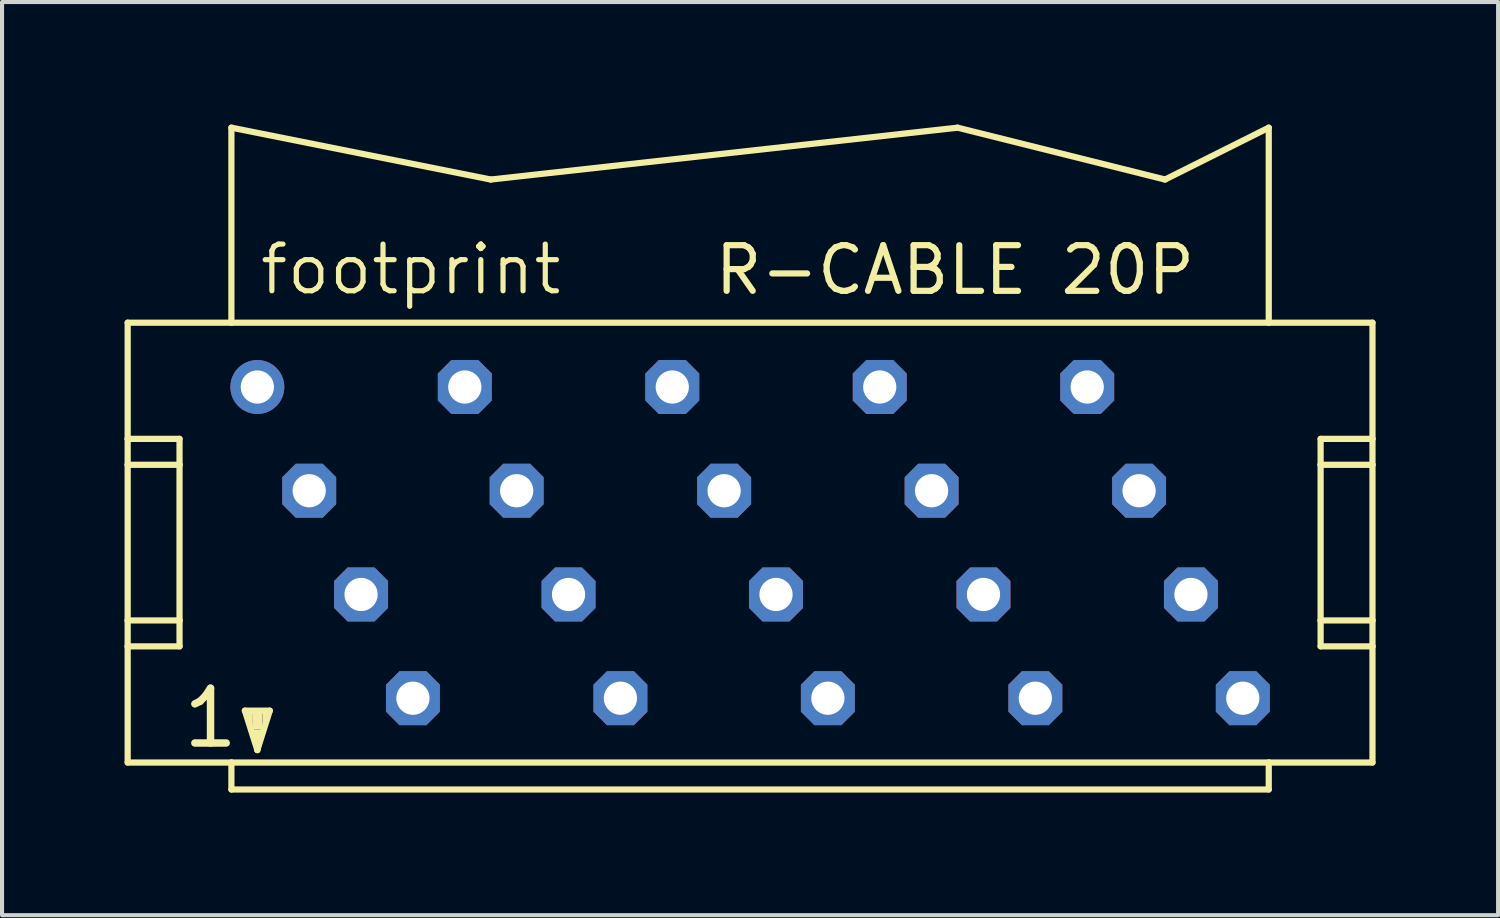
<source format=kicad_pcb>
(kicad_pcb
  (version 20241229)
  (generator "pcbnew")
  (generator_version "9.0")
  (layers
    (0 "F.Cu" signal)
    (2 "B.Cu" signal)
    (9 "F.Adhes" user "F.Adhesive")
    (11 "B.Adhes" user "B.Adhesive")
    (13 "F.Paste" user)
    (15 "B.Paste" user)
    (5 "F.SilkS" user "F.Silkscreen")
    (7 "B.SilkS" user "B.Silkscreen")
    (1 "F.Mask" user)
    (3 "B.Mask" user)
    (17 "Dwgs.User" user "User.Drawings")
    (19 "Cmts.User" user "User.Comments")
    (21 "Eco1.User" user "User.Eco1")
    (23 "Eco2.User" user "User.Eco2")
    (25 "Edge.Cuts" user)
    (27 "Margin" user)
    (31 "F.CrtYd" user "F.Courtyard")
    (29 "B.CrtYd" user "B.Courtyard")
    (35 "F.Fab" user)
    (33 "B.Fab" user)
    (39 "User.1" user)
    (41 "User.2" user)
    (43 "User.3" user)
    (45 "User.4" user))
  (footprint "footprint"
    (layer "F.Cu")
    (at 15.316 10.236)
    (property "Reference" "footprint" (at -12.065 -6.02 0) (layer "F.SilkS") (effects (font (size 1.143 1.143) (thickness 0.127)) (justify left bottom)))
    (fp_line (start -15.24 -5.385) (end -15.24 -2.54) (stroke (width 0.152) (type solid)) (layer "F.SilkS"))
    (fp_line (start -15.24 -2.54) (end -15.24 -1.905) (stroke (width 0.152) (type solid)) (layer "F.SilkS"))
    (fp_line (start -15.24 -2.54) (end -13.97 -2.54) (stroke (width 0.152) (type solid)) (layer "F.SilkS"))
    (fp_line (start -15.24 -1.905) (end -15.24 1.905) (stroke (width 0.152) (type solid)) (layer "F.SilkS"))
    (fp_line (start -15.24 -1.905) (end -13.97 -1.905) (stroke (width 0.152) (type solid)) (layer "F.SilkS"))
    (fp_line (start -15.24 1.905) (end -15.24 2.54) (stroke (width 0.152) (type solid)) (layer "F.SilkS"))
    (fp_line (start -15.24 1.905) (end -13.97 1.905) (stroke (width 0.152) (type solid)) (layer "F.SilkS"))
    (fp_line (start -15.24 2.54) (end -15.24 5.385) (stroke (width 0.152) (type solid)) (layer "F.SilkS"))
    (fp_line (start -15.24 5.385) (end -12.7 5.385) (stroke (width 0.152) (type solid)) (layer "F.SilkS"))
    (fp_line (start -13.97 -2.54) (end -13.97 -1.905) (stroke (width 0.152) (type solid)) (layer "F.SilkS"))
    (fp_line (start -13.97 -1.905) (end -13.97 1.905) (stroke (width 0.152) (type solid)) (layer "F.SilkS"))
    (fp_line (start -13.97 1.905) (end -13.97 2.54) (stroke (width 0.152) (type solid)) (layer "F.SilkS"))
    (fp_line (start -13.97 2.54) (end -15.24 2.54) (stroke (width 0.152) (type solid)) (layer "F.SilkS"))
    (fp_line (start -12.7 -5.385) (end -15.24 -5.385) (stroke (width 0.152) (type solid)) (layer "F.SilkS"))
    (fp_line (start -12.7 -5.385) (end -12.7 -10.16) (stroke (width 0.152) (type solid)) (layer "F.SilkS"))
    (fp_line (start -12.7 5.385) (end 12.7 5.385) (stroke (width 0.152) (type solid)) (layer "F.SilkS"))
    (fp_line (start -12.7 6.045) (end -12.7 5.385) (stroke (width 0.152) (type solid)) (layer "F.SilkS"))
    (fp_line (start -12.37 4.115) (end -11.76 4.115) (stroke (width 0.152) (type solid)) (layer "F.SilkS"))
    (fp_line (start -12.065 5.08) (end -12.37 4.115) (stroke (width 0.152) (type solid)) (layer "F.SilkS"))
    (fp_line (start -12.065 5.08) (end -12.065 4.826) (stroke (width 0.152) (type solid)) (layer "F.SilkS"))
    (fp_line (start -11.76 4.115) (end -12.065 5.08) (stroke (width 0.152) (type solid)) (layer "F.SilkS"))
    (fp_line (start -6.35 -8.89) (end -12.7 -10.16) (stroke (width 0.152) (type solid)) (layer "F.SilkS"))
    (fp_line (start -6.35 -8.89) (end 5.08 -10.16) (stroke (width 0.152) (type solid)) (layer "F.SilkS"))
    (fp_line (start 10.16 -8.89) (end 5.08 -10.16) (stroke (width 0.152) (type solid)) (layer "F.SilkS"))
    (fp_line (start 10.16 -8.89) (end 12.7 -10.16) (stroke (width 0.152) (type solid)) (layer "F.SilkS"))
    (fp_line (start 12.7 -10.16) (end 12.7 -5.385) (stroke (width 0.152) (type solid)) (layer "F.SilkS"))
    (fp_line (start 12.7 -5.385) (end -12.7 -5.385) (stroke (width 0.152) (type solid)) (layer "F.SilkS"))
    (fp_line (start 12.7 5.385) (end 12.7 6.045) (stroke (width 0.152) (type solid)) (layer "F.SilkS"))
    (fp_line (start 12.7 5.385) (end 15.24 5.385) (stroke (width 0.152) (type solid)) (layer "F.SilkS"))
    (fp_line (start 12.7 6.045) (end -12.7 6.045) (stroke (width 0.152) (type solid)) (layer "F.SilkS"))
    (fp_line (start 13.97 -2.54) (end 13.97 -1.905) (stroke (width 0.152) (type solid)) (layer "F.SilkS"))
    (fp_line (start 13.97 -2.54) (end 15.24 -2.54) (stroke (width 0.152) (type solid)) (layer "F.SilkS"))
    (fp_line (start 13.97 -1.905) (end 13.97 1.905) (stroke (width 0.152) (type solid)) (layer "F.SilkS"))
    (fp_line (start 13.97 -1.905) (end 15.24 -1.905) (stroke (width 0.152) (type solid)) (layer "F.SilkS"))
    (fp_line (start 13.97 1.905) (end 13.97 2.54) (stroke (width 0.152) (type solid)) (layer "F.SilkS"))
    (fp_line (start 13.97 1.905) (end 15.24 1.905) (stroke (width 0.152) (type solid)) (layer "F.SilkS"))
    (fp_line (start 15.24 -5.385) (end 12.7 -5.385) (stroke (width 0.152) (type solid)) (layer "F.SilkS"))
    (fp_line (start 15.24 -2.54) (end 15.24 -5.385) (stroke (width 0.152) (type solid)) (layer "F.SilkS"))
    (fp_line (start 15.24 -1.905) (end 15.24 -2.54) (stroke (width 0.152) (type solid)) (layer "F.SilkS"))
    (fp_line (start 15.24 1.905) (end 15.24 -1.905) (stroke (width 0.152) (type solid)) (layer "F.SilkS"))
    (fp_line (start 15.24 2.54) (end 13.97 2.54) (stroke (width 0.152) (type solid)) (layer "F.SilkS"))
    (fp_line (start 15.24 2.54) (end 15.24 1.905) (stroke (width 0.152) (type solid)) (layer "F.SilkS"))
    (fp_line (start 15.24 5.385) (end 15.24 2.54) (stroke (width 0.152) (type solid)) (layer "F.SilkS"))
    (fp_poly (pts (xy -12.319 4.445) (xy -12.192 4.445) (xy -12.192 4.064) (xy -12.319 4.064)) (stroke (width 0) (type solid)) (fill yes) (layer "F.SilkS"))
    (fp_poly (pts (xy -12.192 4.572) (xy -11.938 4.572) (xy -11.938 4.064) (xy -12.192 4.064)) (stroke (width 0) (type solid)) (fill yes) (layer "F.SilkS"))
    (fp_poly (pts (xy -12.192 4.826) (xy -11.938 4.826) (xy -11.938 4.572) (xy -12.192 4.572)) (stroke (width 0) (type solid)) (fill yes) (layer "F.SilkS"))
    (fp_poly (pts (xy -11.938 4.445) (xy -11.811 4.445) (xy -11.811 4.064) (xy -11.938 4.064)) (stroke (width 0) (type solid)) (fill yes) (layer "F.SilkS"))
    (fp_text user "1" (at -13.97 5.08 0) (layer "F.SilkS") (effects (font (size 1.341 1.341) (thickness 0.183)) (justify left bottom)))
    (fp_text user "R-CABLE 20P" (at -0.94 -6.02 0) (layer "F.SilkS") (effects (font (size 1.118 1.118) (thickness 0.152)) (justify left bottom)))
    (pad "1" thru_hole circle (at -12.065 -3.81) (size 1.321 1.321) (drill 0.813) (layers "*.Cu" "*.Mask"))
    (pad "2" thru_hole roundrect (at -10.795 -1.27) (size 1.321 1.321) (drill 0.813) (layers "*.Cu" "*.Mask") (roundrect_rratio 0.25) (chamfer_ratio 0.25) (chamfer top_left top_right bottom_left bottom_right))
    (pad "3" thru_hole roundrect (at -9.525 1.27) (size 1.321 1.321) (drill 0.813) (layers "*.Cu" "*.Mask") (roundrect_rratio 0.25) (chamfer_ratio 0.25) (chamfer top_left top_right bottom_left bottom_right))
    (pad "4" thru_hole roundrect (at -8.255 3.81) (size 1.321 1.321) (drill 0.813) (layers "*.Cu" "*.Mask") (roundrect_rratio 0.25) (chamfer_ratio 0.25) (chamfer top_left top_right bottom_left bottom_right))
    (pad "5" thru_hole roundrect (at -6.985 -3.81) (size 1.321 1.321) (drill 0.813) (layers "*.Cu" "*.Mask") (roundrect_rratio 0.25) (chamfer_ratio 0.25) (chamfer top_left top_right bottom_left bottom_right))
    (pad "6" thru_hole roundrect (at -5.715 -1.27) (size 1.321 1.321) (drill 0.813) (layers "*.Cu" "*.Mask") (roundrect_rratio 0.25) (chamfer_ratio 0.25) (chamfer top_left top_right bottom_left bottom_right))
    (pad "7" thru_hole roundrect (at -4.445 1.27) (size 1.321 1.321) (drill 0.813) (layers "*.Cu" "*.Mask") (roundrect_rratio 0.25) (chamfer_ratio 0.25) (chamfer top_left top_right bottom_left bottom_right))
    (pad "8" thru_hole roundrect (at -3.175 3.81) (size 1.321 1.321) (drill 0.813) (layers "*.Cu" "*.Mask") (roundrect_rratio 0.25) (chamfer_ratio 0.25) (chamfer top_left top_right bottom_left bottom_right))
    (pad "9" thru_hole roundrect (at -1.905 -3.81) (size 1.321 1.321) (drill 0.813) (layers "*.Cu" "*.Mask") (roundrect_rratio 0.25) (chamfer_ratio 0.25) (chamfer top_left top_right bottom_left bottom_right))
    (pad "10" thru_hole roundrect (at -0.635 -1.27) (size 1.321 1.321) (drill 0.813) (layers "*.Cu" "*.Mask") (roundrect_rratio 0.25) (chamfer_ratio 0.25) (chamfer top_left top_right bottom_left bottom_right))
    (pad "11" thru_hole roundrect (at 0.635 1.27) (size 1.321 1.321) (drill 0.813) (layers "*.Cu" "*.Mask") (roundrect_rratio 0.25) (chamfer_ratio 0.25) (chamfer top_left top_right bottom_left bottom_right))
    (pad "12" thru_hole roundrect (at 1.905 3.81) (size 1.321 1.321) (drill 0.813) (layers "*.Cu" "*.Mask") (roundrect_rratio 0.25) (chamfer_ratio 0.25) (chamfer top_left top_right bottom_left bottom_right))
    (pad "13" thru_hole roundrect (at 3.175 -3.81) (size 1.321 1.321) (drill 0.813) (layers "*.Cu" "*.Mask") (roundrect_rratio 0.25) (chamfer_ratio 0.25) (chamfer top_left top_right bottom_left bottom_right))
    (pad "14" thru_hole roundrect (at 4.445 -1.27) (size 1.321 1.321) (drill 0.813) (layers "*.Cu" "*.Mask") (roundrect_rratio 0.25) (chamfer_ratio 0.25) (chamfer top_left top_right bottom_left bottom_right))
    (pad "15" thru_hole roundrect (at 5.715 1.27) (size 1.321 1.321) (drill 0.813) (layers "*.Cu" "*.Mask") (roundrect_rratio 0.25) (chamfer_ratio 0.25) (chamfer top_left top_right bottom_left bottom_right))
    (pad "16" thru_hole roundrect (at 6.985 3.81) (size 1.321 1.321) (drill 0.813) (layers "*.Cu" "*.Mask") (roundrect_rratio 0.25) (chamfer_ratio 0.25) (chamfer top_left top_right bottom_left bottom_right))
    (pad "17" thru_hole roundrect (at 8.255 -3.81) (size 1.321 1.321) (drill 0.813) (layers "*.Cu" "*.Mask") (roundrect_rratio 0.25) (chamfer_ratio 0.25) (chamfer top_left top_right bottom_left bottom_right))
    (pad "18" thru_hole roundrect (at 9.525 -1.27) (size 1.321 1.321) (drill 0.813) (layers "*.Cu" "*.Mask") (roundrect_rratio 0.25) (chamfer_ratio 0.25) (chamfer top_left top_right bottom_left bottom_right))
    (pad "19" thru_hole roundrect (at 10.795 1.27) (size 1.321 1.321) (drill 0.813) (layers "*.Cu" "*.Mask") (roundrect_rratio 0.25) (chamfer_ratio 0.25) (chamfer top_left top_right bottom_left bottom_right))
    (pad "20" thru_hole roundrect (at 12.065 3.81) (size 1.321 1.321) (drill 0.813) (layers "*.Cu" "*.Mask") (roundrect_rratio 0.25) (chamfer_ratio 0.25) (chamfer top_left top_right bottom_left bottom_right)))
  (gr_rect
    (start -3 -3)
    (end 33.632 19.358)
    (stroke (width 0.1) (type default))
    (fill no)
    (layer "Edge.Cuts")))
</source>
